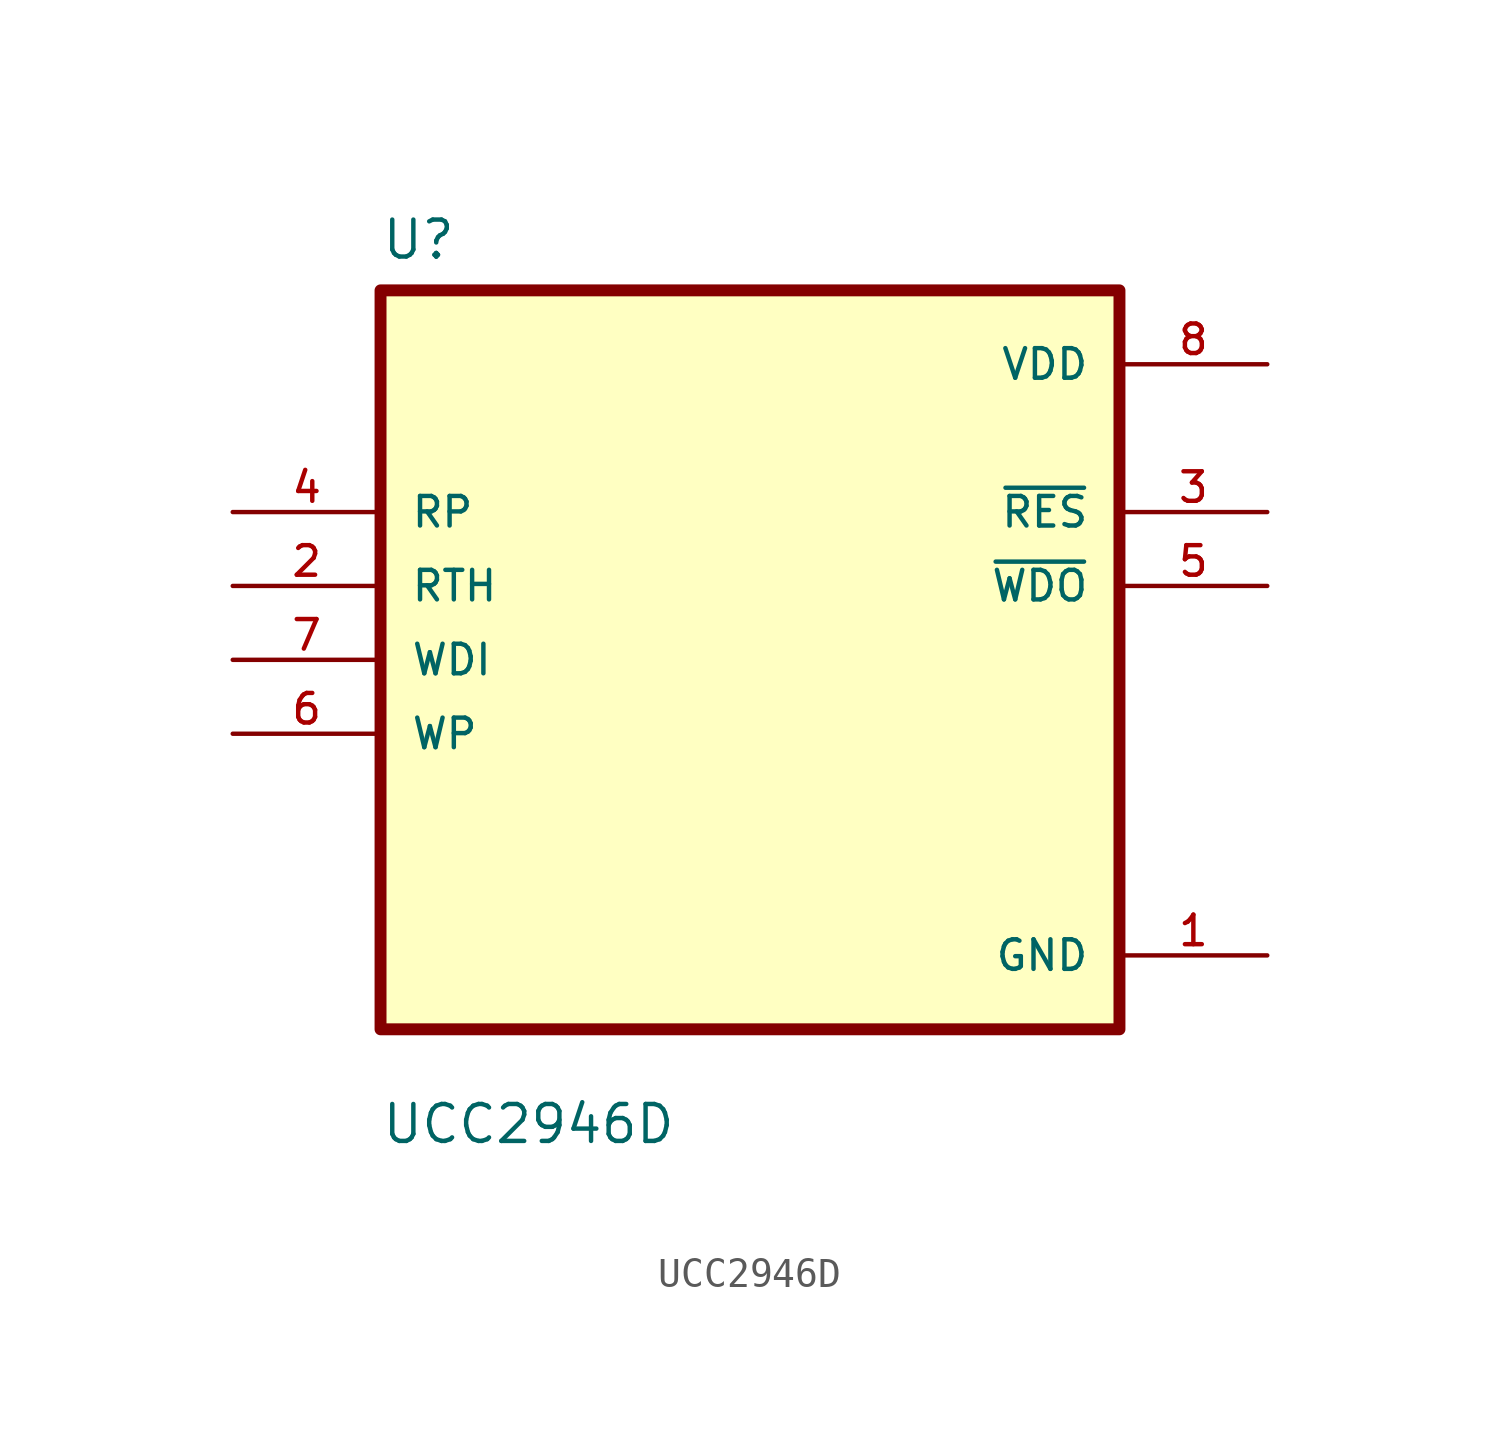
<source format=kicad_sym>
(kicad_symbol_lib
  (version 20211014)
  (generator kicad_symbol_editor)
  (symbol "UCC2946D"
    (pin_names
      (offset 1.016))
    (property "Reference" "U"
      (at -12.7 13.7 0.0)
      (effects (font (size 1.27 1.27)) (justify bottom left)))
    (property "Value" "UCC2946D"
      (at -12.7 -16.7 0.0)
      (effects (font (size 1.27 1.27)) (justify bottom left)))
    (symbol "UCC2946D_0_0"
      (rectangle (start -12.7 -12.7) (end 12.7 12.7) (stroke (width 0.41)) (fill (type background)))
      (pin input line (at -17.78 5.08 0) (length 5.08) (name "RP" (effects (font (size 1.016 1.016)))) (number "4" (effects (font (size 1.016 1.016)))))
      (pin input line (at -17.78 2.54 0) (length 5.08) (name "RTH" (effects (font (size 1.016 1.016)))) (number "2" (effects (font (size 1.016 1.016)))))
      (pin input line (at -17.78 -8.88178e-16 0) (length 5.08) (name "WDI" (effects (font (size 1.016 1.016)))) (number "7" (effects (font (size 1.016 1.016)))))
      (pin input line (at -17.78 -2.54 0) (length 5.08) (name "WP" (effects (font (size 1.016 1.016)))) (number "6" (effects (font (size 1.016 1.016)))))
      (pin power_in line (at 17.78 10.16 180.0) (length 5.08) (name "VDD" (effects (font (size 1.016 1.016)))) (number "8" (effects (font (size 1.016 1.016)))))
      (pin output line (at 17.78 5.08 180.0) (length 5.08) (name "~{RES}" (effects (font (size 1.016 1.016)))) (number "3" (effects (font (size 1.016 1.016)))))
      (pin output line (at 17.78 2.54 180.0) (length 5.08) (name "~{WDO}" (effects (font (size 1.016 1.016)))) (number "5" (effects (font (size 1.016 1.016)))))
      (pin power_in line (at 17.78 -10.16 180.0) (length 5.08) (name "GND" (effects (font (size 1.016 1.016)))) (number "1" (effects (font (size 1.016 1.016))))))))
</source>
